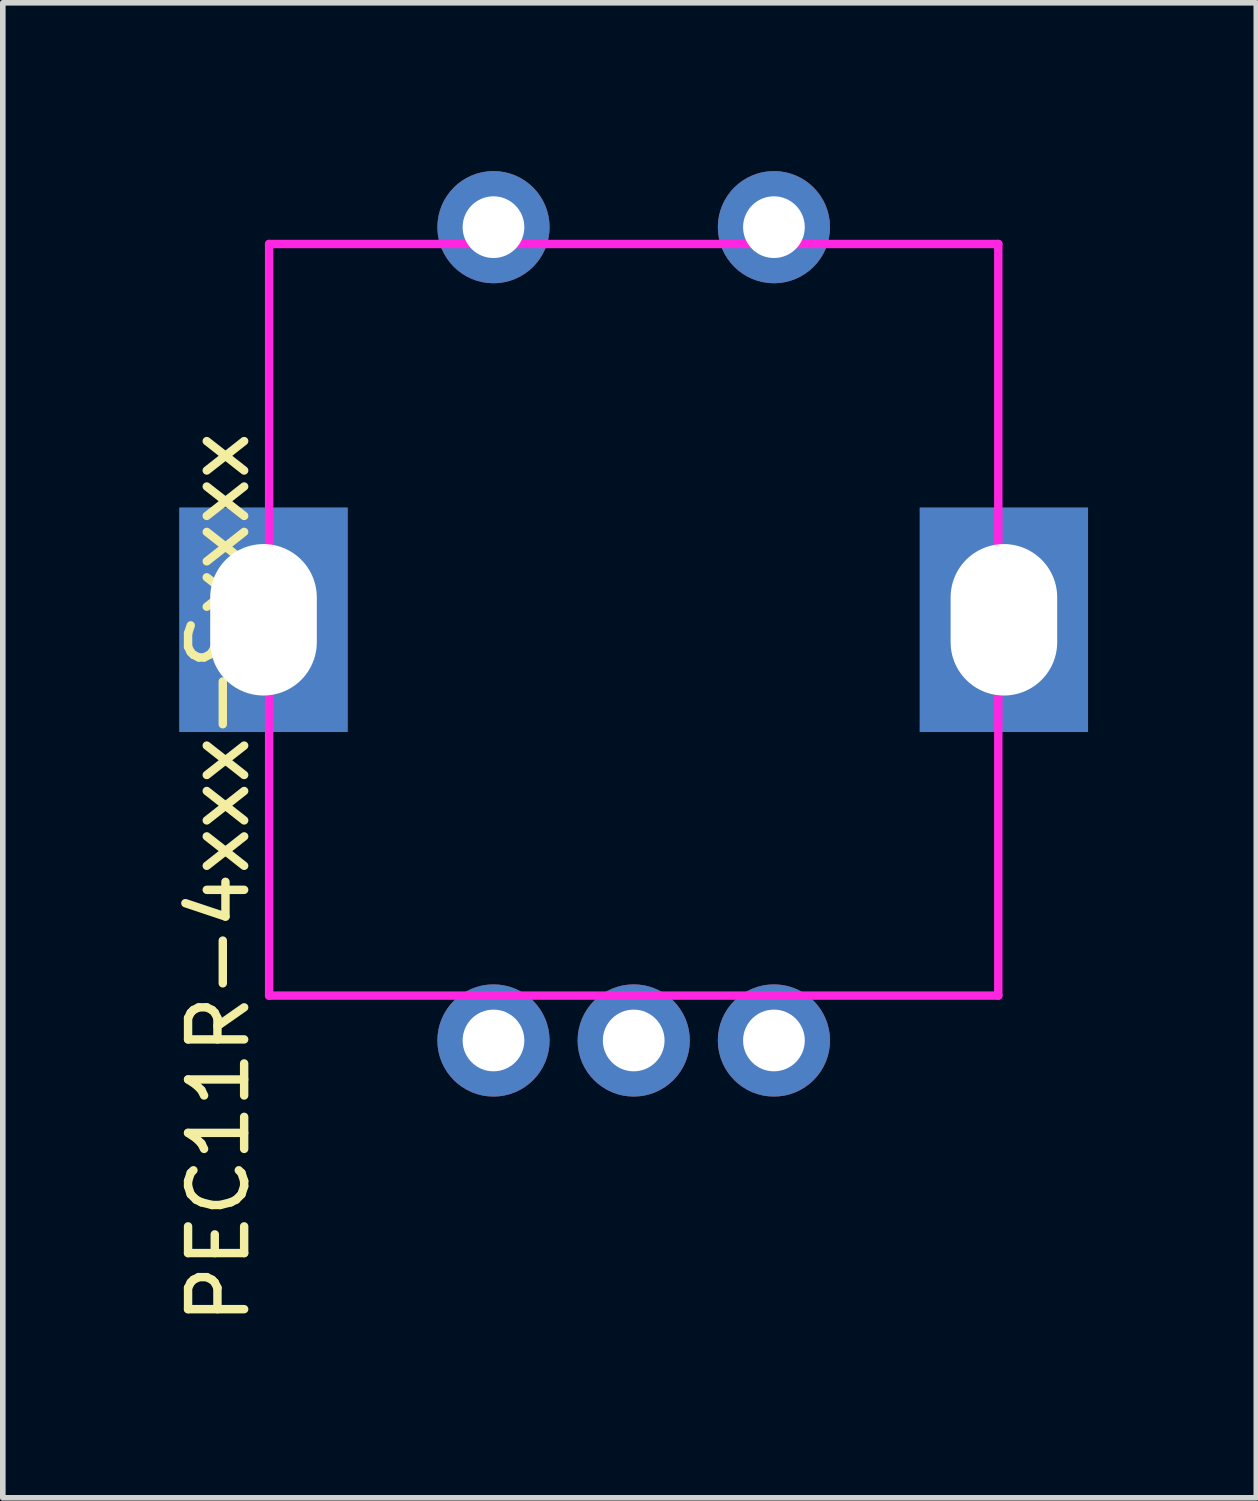
<source format=kicad_pcb>
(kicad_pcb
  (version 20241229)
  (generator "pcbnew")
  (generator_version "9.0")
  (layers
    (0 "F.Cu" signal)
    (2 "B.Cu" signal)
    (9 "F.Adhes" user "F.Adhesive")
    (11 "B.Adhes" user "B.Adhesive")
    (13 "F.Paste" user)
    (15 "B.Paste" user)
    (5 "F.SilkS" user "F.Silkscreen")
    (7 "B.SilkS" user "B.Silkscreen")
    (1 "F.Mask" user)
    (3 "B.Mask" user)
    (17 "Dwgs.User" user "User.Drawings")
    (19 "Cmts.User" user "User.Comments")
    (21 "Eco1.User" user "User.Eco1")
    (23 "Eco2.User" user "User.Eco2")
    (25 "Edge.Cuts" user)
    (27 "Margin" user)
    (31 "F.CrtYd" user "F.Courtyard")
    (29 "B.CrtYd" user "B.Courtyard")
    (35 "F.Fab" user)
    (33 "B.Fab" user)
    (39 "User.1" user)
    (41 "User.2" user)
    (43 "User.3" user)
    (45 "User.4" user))
  (footprint "PEC11R-4xxx-Sxxxx"
    (layer "F.Cu")
    (at 8.248 8)
    (property "Reference" "PEC11R-4xxx-Sxxxx" (at -7.4 4.6 90) (layer "F.SilkS") (effects (font (size 1 1) (thickness 0.15))))
    (attr through_hole)
    (fp_line (start -6.5 -6.7) (end 6.5 -6.7) (stroke (width 0.15) (type solid)) (layer "F.CrtYd"))
    (fp_line (start -6.5 6.7) (end -6.5 -6.7) (stroke (width 0.15) (type solid)) (layer "F.CrtYd"))
    (fp_line (start 6.5 -6.7) (end 6.5 6.7) (stroke (width 0.15) (type solid)) (layer "F.CrtYd"))
    (fp_line (start 6.5 6.7) (end -6.5 6.7) (stroke (width 0.15) (type solid)) (layer "F.CrtYd"))
    (pad "1" thru_hole circle (at -2.5 -7) (size 2 2) (drill 1.1) (layers "*.Cu" "*.Mask"))
    (pad "2" thru_hole circle (at 2.5 -7) (size 2 2) (drill 1.1) (layers "*.Cu" "*.Mask"))
    (pad "3" thru_hole circle (at -2.5 7.5) (size 2 2) (drill 1.1) (layers "*.Cu" "*.Mask"))
    (pad "4" thru_hole circle (at 0 7.5) (size 2 2) (drill 1.1) (layers "*.Cu" "*.Mask"))
    (pad "5" thru_hole circle (at 2.5 7.5) (size 2 2) (drill 1.1) (layers "*.Cu" "*.Mask"))
    (pad "GND" thru_hole rect (at -6.6 0 90) (size 4 3) (drill oval 2.7 1.9) (layers "*.Cu" "*.Mask"))
    (pad "GND" thru_hole rect (at 6.6 0 90) (size 4 3) (drill oval 2.7 1.9) (layers "*.Cu" "*.Mask")))
  (gr_rect
    (start -3 -3)
    (end 19.348 23.654)
    (stroke (width 0.1) (type default))
    (fill no)
    (layer "Edge.Cuts")))
</source>
